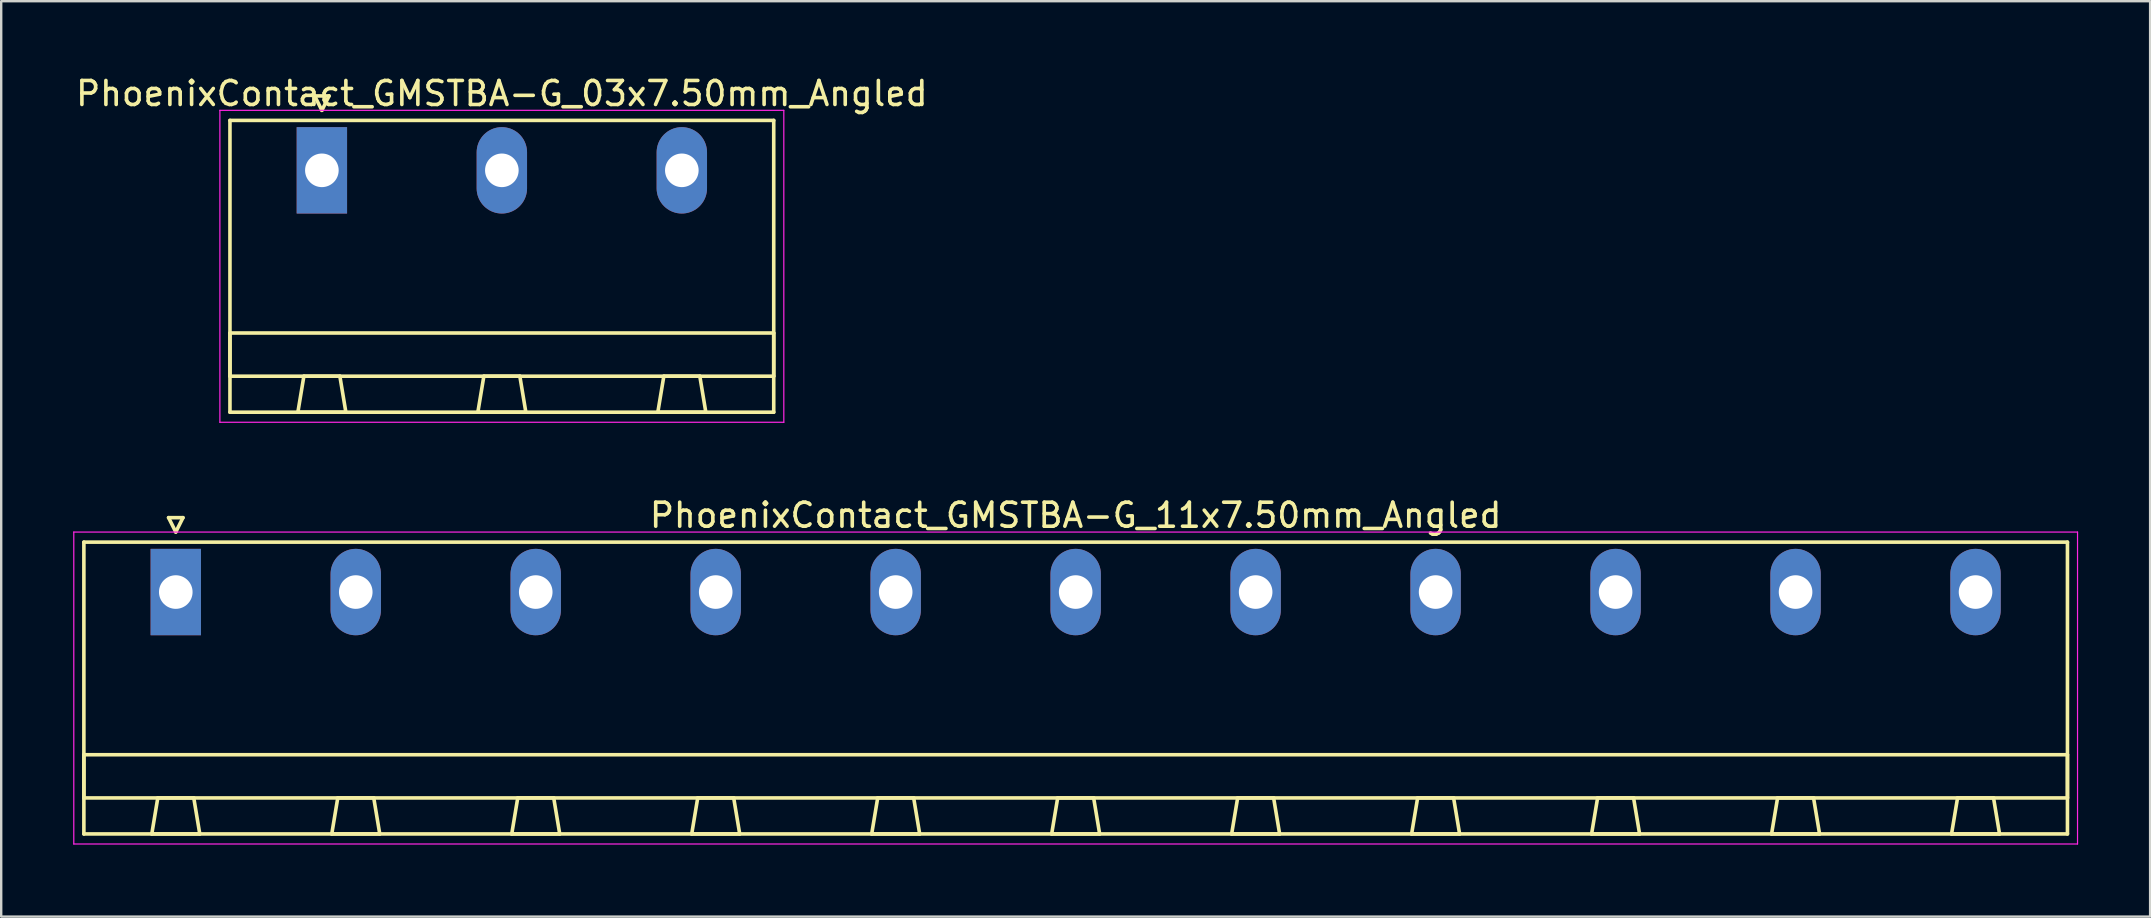
<source format=kicad_pcb>
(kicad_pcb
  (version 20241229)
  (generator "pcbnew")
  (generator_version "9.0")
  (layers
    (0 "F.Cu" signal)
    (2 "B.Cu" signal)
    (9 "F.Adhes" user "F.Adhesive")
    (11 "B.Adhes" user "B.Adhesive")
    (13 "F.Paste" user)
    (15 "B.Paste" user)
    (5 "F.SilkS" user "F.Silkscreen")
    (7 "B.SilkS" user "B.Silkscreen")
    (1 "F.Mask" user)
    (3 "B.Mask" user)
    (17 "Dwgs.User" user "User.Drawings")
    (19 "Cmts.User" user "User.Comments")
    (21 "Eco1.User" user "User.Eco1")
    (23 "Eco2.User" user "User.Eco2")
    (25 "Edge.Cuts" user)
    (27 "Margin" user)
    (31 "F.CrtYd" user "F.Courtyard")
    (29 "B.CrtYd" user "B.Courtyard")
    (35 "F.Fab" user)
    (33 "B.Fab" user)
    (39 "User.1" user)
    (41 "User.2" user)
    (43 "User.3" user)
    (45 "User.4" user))
  (footprint "PhoenixContact_GMSTBA-G_11x7.50mm_Angled"
    (layer "F.Cu")
    (at 4.275 21.622)
    (property "Reference" "PhoenixContact_GMSTBA-G_11x7.50mm_Angled" (at 37.5 -3.2 0) (layer "F.SilkS") (effects (font (size 1 1) (thickness 0.15))))
    (attr through_hole)
    (fp_line (start -3.83 -2.08) (end -3.83 10.08) (stroke (width 0.15) (type solid)) (layer "F.SilkS"))
    (fp_line (start -3.83 6.78) (end 78.83 6.78) (stroke (width 0.15) (type solid)) (layer "F.SilkS"))
    (fp_line (start -3.83 8.58) (end -3.83 6.78) (stroke (width 0.15) (type solid)) (layer "F.SilkS"))
    (fp_line (start -3.83 10.08) (end 78.83 10.08) (stroke (width 0.15) (type solid)) (layer "F.SilkS"))
    (fp_line (start -1 10.08) (end 1 10.08) (stroke (width 0.15) (type solid)) (layer "F.SilkS"))
    (fp_line (start -0.75 8.58) (end -1 10.08) (stroke (width 0.15) (type solid)) (layer "F.SilkS"))
    (fp_line (start -0.3 -3.1) (end 0 -2.5) (stroke (width 0.15) (type solid)) (layer "F.SilkS"))
    (fp_line (start 0 -2.5) (end 0.3 -3.1) (stroke (width 0.15) (type solid)) (layer "F.SilkS"))
    (fp_line (start 0.3 -3.1) (end -0.3 -3.1) (stroke (width 0.15) (type solid)) (layer "F.SilkS"))
    (fp_line (start 0.75 8.58) (end -0.75 8.58) (stroke (width 0.15) (type solid)) (layer "F.SilkS"))
    (fp_line (start 1 10.08) (end 0.75 8.58) (stroke (width 0.15) (type solid)) (layer "F.SilkS"))
    (fp_line (start 6.5 10.08) (end 8.5 10.08) (stroke (width 0.15) (type solid)) (layer "F.SilkS"))
    (fp_line (start 6.75 8.58) (end 6.5 10.08) (stroke (width 0.15) (type solid)) (layer "F.SilkS"))
    (fp_line (start 8.25 8.58) (end 6.75 8.58) (stroke (width 0.15) (type solid)) (layer "F.SilkS"))
    (fp_line (start 8.5 10.08) (end 8.25 8.58) (stroke (width 0.15) (type solid)) (layer "F.SilkS"))
    (fp_line (start 14 10.08) (end 16 10.08) (stroke (width 0.15) (type solid)) (layer "F.SilkS"))
    (fp_line (start 14.25 8.58) (end 14 10.08) (stroke (width 0.15) (type solid)) (layer "F.SilkS"))
    (fp_line (start 15.75 8.58) (end 14.25 8.58) (stroke (width 0.15) (type solid)) (layer "F.SilkS"))
    (fp_line (start 16 10.08) (end 15.75 8.58) (stroke (width 0.15) (type solid)) (layer "F.SilkS"))
    (fp_line (start 21.5 10.08) (end 23.5 10.08) (stroke (width 0.15) (type solid)) (layer "F.SilkS"))
    (fp_line (start 21.75 8.58) (end 21.5 10.08) (stroke (width 0.15) (type solid)) (layer "F.SilkS"))
    (fp_line (start 23.25 8.58) (end 21.75 8.58) (stroke (width 0.15) (type solid)) (layer "F.SilkS"))
    (fp_line (start 23.5 10.08) (end 23.25 8.58) (stroke (width 0.15) (type solid)) (layer "F.SilkS"))
    (fp_line (start 29 10.08) (end 31 10.08) (stroke (width 0.15) (type solid)) (layer "F.SilkS"))
    (fp_line (start 29.25 8.58) (end 29 10.08) (stroke (width 0.15) (type solid)) (layer "F.SilkS"))
    (fp_line (start 30.75 8.58) (end 29.25 8.58) (stroke (width 0.15) (type solid)) (layer "F.SilkS"))
    (fp_line (start 31 10.08) (end 30.75 8.58) (stroke (width 0.15) (type solid)) (layer "F.SilkS"))
    (fp_line (start 36.5 10.08) (end 38.5 10.08) (stroke (width 0.15) (type solid)) (layer "F.SilkS"))
    (fp_line (start 36.75 8.58) (end 36.5 10.08) (stroke (width 0.15) (type solid)) (layer "F.SilkS"))
    (fp_line (start 38.25 8.58) (end 36.75 8.58) (stroke (width 0.15) (type solid)) (layer "F.SilkS"))
    (fp_line (start 38.5 10.08) (end 38.25 8.58) (stroke (width 0.15) (type solid)) (layer "F.SilkS"))
    (fp_line (start 44 10.08) (end 46 10.08) (stroke (width 0.15) (type solid)) (layer "F.SilkS"))
    (fp_line (start 44.25 8.58) (end 44 10.08) (stroke (width 0.15) (type solid)) (layer "F.SilkS"))
    (fp_line (start 45.75 8.58) (end 44.25 8.58) (stroke (width 0.15) (type solid)) (layer "F.SilkS"))
    (fp_line (start 46 10.08) (end 45.75 8.58) (stroke (width 0.15) (type solid)) (layer "F.SilkS"))
    (fp_line (start 51.5 10.08) (end 53.5 10.08) (stroke (width 0.15) (type solid)) (layer "F.SilkS"))
    (fp_line (start 51.75 8.58) (end 51.5 10.08) (stroke (width 0.15) (type solid)) (layer "F.SilkS"))
    (fp_line (start 53.25 8.58) (end 51.75 8.58) (stroke (width 0.15) (type solid)) (layer "F.SilkS"))
    (fp_line (start 53.5 10.08) (end 53.25 8.58) (stroke (width 0.15) (type solid)) (layer "F.SilkS"))
    (fp_line (start 59 10.08) (end 61 10.08) (stroke (width 0.15) (type solid)) (layer "F.SilkS"))
    (fp_line (start 59.25 8.58) (end 59 10.08) (stroke (width 0.15) (type solid)) (layer "F.SilkS"))
    (fp_line (start 60.75 8.58) (end 59.25 8.58) (stroke (width 0.15) (type solid)) (layer "F.SilkS"))
    (fp_line (start 61 10.08) (end 60.75 8.58) (stroke (width 0.15) (type solid)) (layer "F.SilkS"))
    (fp_line (start 66.5 10.08) (end 68.5 10.08) (stroke (width 0.15) (type solid)) (layer "F.SilkS"))
    (fp_line (start 66.75 8.58) (end 66.5 10.08) (stroke (width 0.15) (type solid)) (layer "F.SilkS"))
    (fp_line (start 68.25 8.58) (end 66.75 8.58) (stroke (width 0.15) (type solid)) (layer "F.SilkS"))
    (fp_line (start 68.5 10.08) (end 68.25 8.58) (stroke (width 0.15) (type solid)) (layer "F.SilkS"))
    (fp_line (start 74 10.08) (end 76 10.08) (stroke (width 0.15) (type solid)) (layer "F.SilkS"))
    (fp_line (start 74.25 8.58) (end 74 10.08) (stroke (width 0.15) (type solid)) (layer "F.SilkS"))
    (fp_line (start 75.75 8.58) (end 74.25 8.58) (stroke (width 0.15) (type solid)) (layer "F.SilkS"))
    (fp_line (start 76 10.08) (end 75.75 8.58) (stroke (width 0.15) (type solid)) (layer "F.SilkS"))
    (fp_line (start 78.83 -2.08) (end -3.83 -2.08) (stroke (width 0.15) (type solid)) (layer "F.SilkS"))
    (fp_line (start 78.83 6.78) (end 78.83 8.58) (stroke (width 0.15) (type solid)) (layer "F.SilkS"))
    (fp_line (start 78.83 8.58) (end -3.83 8.58) (stroke (width 0.15) (type solid)) (layer "F.SilkS"))
    (fp_line (start 78.83 10.08) (end 78.83 -2.08) (stroke (width 0.15) (type solid)) (layer "F.SilkS"))
    (fp_line (start -4.25 -2.5) (end -4.25 10.5) (stroke (width 0.05) (type solid)) (layer "F.CrtYd"))
    (fp_line (start -4.25 10.5) (end 79.25 10.5) (stroke (width 0.05) (type solid)) (layer "F.CrtYd"))
    (fp_line (start 79.25 -2.5) (end -4.25 -2.5) (stroke (width 0.05) (type solid)) (layer "F.CrtYd"))
    (fp_line (start 79.25 10.5) (end 79.25 -2.5) (stroke (width 0.05) (type solid)) (layer "F.CrtYd"))
    (pad "1" thru_hole rect (at 0 0) (size 2.1 3.6) (drill 1.4) (layers "*.Cu" "*.Mask"))
    (pad "2" thru_hole oval (at 7.5 0) (size 2.1 3.6) (drill 1.4) (layers "*.Cu" "*.Mask"))
    (pad "3" thru_hole oval (at 15 0) (size 2.1 3.6) (drill 1.4) (layers "*.Cu" "*.Mask"))
    (pad "4" thru_hole oval (at 22.5 0) (size 2.1 3.6) (drill 1.4) (layers "*.Cu" "*.Mask"))
    (pad "5" thru_hole oval (at 30 0) (size 2.1 3.6) (drill 1.4) (layers "*.Cu" "*.Mask"))
    (pad "6" thru_hole oval (at 37.5 0) (size 2.1 3.6) (drill 1.4) (layers "*.Cu" "*.Mask"))
    (pad "7" thru_hole oval (at 45 0) (size 2.1 3.6) (drill 1.4) (layers "*.Cu" "*.Mask"))
    (pad "8" thru_hole oval (at 52.5 0) (size 2.1 3.6) (drill 1.4) (layers "*.Cu" "*.Mask"))
    (pad "9" thru_hole oval (at 60 0) (size 2.1 3.6) (drill 1.4) (layers "*.Cu" "*.Mask"))
    (pad "10" thru_hole oval (at 67.5 0) (size 2.1 3.6) (drill 1.4) (layers "*.Cu" "*.Mask"))
    (pad "11" thru_hole oval (at 75 0) (size 2.1 3.6) (drill 1.4) (layers "*.Cu" "*.Mask")))
  (footprint "PhoenixContact_GMSTBA-G_03x7.50mm_Angled"
    (layer "F.Cu")
    (at 10.363 4.048)
    (property "Reference" "PhoenixContact_GMSTBA-G_03x7.50mm_Angled" (at 7.5 -3.2 0) (layer "F.SilkS") (effects (font (size 1 1) (thickness 0.15))))
    (attr through_hole)
    (fp_line (start -3.83 -2.08) (end -3.83 10.08) (stroke (width 0.15) (type solid)) (layer "F.SilkS"))
    (fp_line (start -3.83 6.78) (end 18.83 6.78) (stroke (width 0.15) (type solid)) (layer "F.SilkS"))
    (fp_line (start -3.83 8.58) (end -3.83 6.78) (stroke (width 0.15) (type solid)) (layer "F.SilkS"))
    (fp_line (start -3.83 10.08) (end 18.83 10.08) (stroke (width 0.15) (type solid)) (layer "F.SilkS"))
    (fp_line (start -1 10.08) (end 1 10.08) (stroke (width 0.15) (type solid)) (layer "F.SilkS"))
    (fp_line (start -0.75 8.58) (end -1 10.08) (stroke (width 0.15) (type solid)) (layer "F.SilkS"))
    (fp_line (start -0.3 -3.1) (end 0 -2.5) (stroke (width 0.15) (type solid)) (layer "F.SilkS"))
    (fp_line (start 0 -2.5) (end 0.3 -3.1) (stroke (width 0.15) (type solid)) (layer "F.SilkS"))
    (fp_line (start 0.3 -3.1) (end -0.3 -3.1) (stroke (width 0.15) (type solid)) (layer "F.SilkS"))
    (fp_line (start 0.75 8.58) (end -0.75 8.58) (stroke (width 0.15) (type solid)) (layer "F.SilkS"))
    (fp_line (start 1 10.08) (end 0.75 8.58) (stroke (width 0.15) (type solid)) (layer "F.SilkS"))
    (fp_line (start 6.5 10.08) (end 8.5 10.08) (stroke (width 0.15) (type solid)) (layer "F.SilkS"))
    (fp_line (start 6.75 8.58) (end 6.5 10.08) (stroke (width 0.15) (type solid)) (layer "F.SilkS"))
    (fp_line (start 8.25 8.58) (end 6.75 8.58) (stroke (width 0.15) (type solid)) (layer "F.SilkS"))
    (fp_line (start 8.5 10.08) (end 8.25 8.58) (stroke (width 0.15) (type solid)) (layer "F.SilkS"))
    (fp_line (start 14 10.08) (end 16 10.08) (stroke (width 0.15) (type solid)) (layer "F.SilkS"))
    (fp_line (start 14.25 8.58) (end 14 10.08) (stroke (width 0.15) (type solid)) (layer "F.SilkS"))
    (fp_line (start 15.75 8.58) (end 14.25 8.58) (stroke (width 0.15) (type solid)) (layer "F.SilkS"))
    (fp_line (start 16 10.08) (end 15.75 8.58) (stroke (width 0.15) (type solid)) (layer "F.SilkS"))
    (fp_line (start 18.83 -2.08) (end -3.83 -2.08) (stroke (width 0.15) (type solid)) (layer "F.SilkS"))
    (fp_line (start 18.83 6.78) (end 18.83 8.58) (stroke (width 0.15) (type solid)) (layer "F.SilkS"))
    (fp_line (start 18.83 8.58) (end -3.83 8.58) (stroke (width 0.15) (type solid)) (layer "F.SilkS"))
    (fp_line (start 18.83 10.08) (end 18.83 -2.08) (stroke (width 0.15) (type solid)) (layer "F.SilkS"))
    (fp_line (start -4.25 -2.5) (end -4.25 10.5) (stroke (width 0.05) (type solid)) (layer "F.CrtYd"))
    (fp_line (start -4.25 10.5) (end 19.25 10.5) (stroke (width 0.05) (type solid)) (layer "F.CrtYd"))
    (fp_line (start 19.25 -2.5) (end -4.25 -2.5) (stroke (width 0.05) (type solid)) (layer "F.CrtYd"))
    (fp_line (start 19.25 10.5) (end 19.25 -2.5) (stroke (width 0.05) (type solid)) (layer "F.CrtYd"))
    (pad "1" thru_hole rect (at 0 0) (size 2.1 3.6) (drill 1.4) (layers "*.Cu" "*.Mask"))
    (pad "2" thru_hole oval (at 7.5 0) (size 2.1 3.6) (drill 1.4) (layers "*.Cu" "*.Mask"))
    (pad "3" thru_hole oval (at 15 0) (size 2.1 3.6) (drill 1.4) (layers "*.Cu" "*.Mask")))
  (gr_rect
    (start -3 -3)
    (end 86.55 35.147)
    (stroke (width 0.1) (type default))
    (fill no)
    (layer "Edge.Cuts")))
</source>
